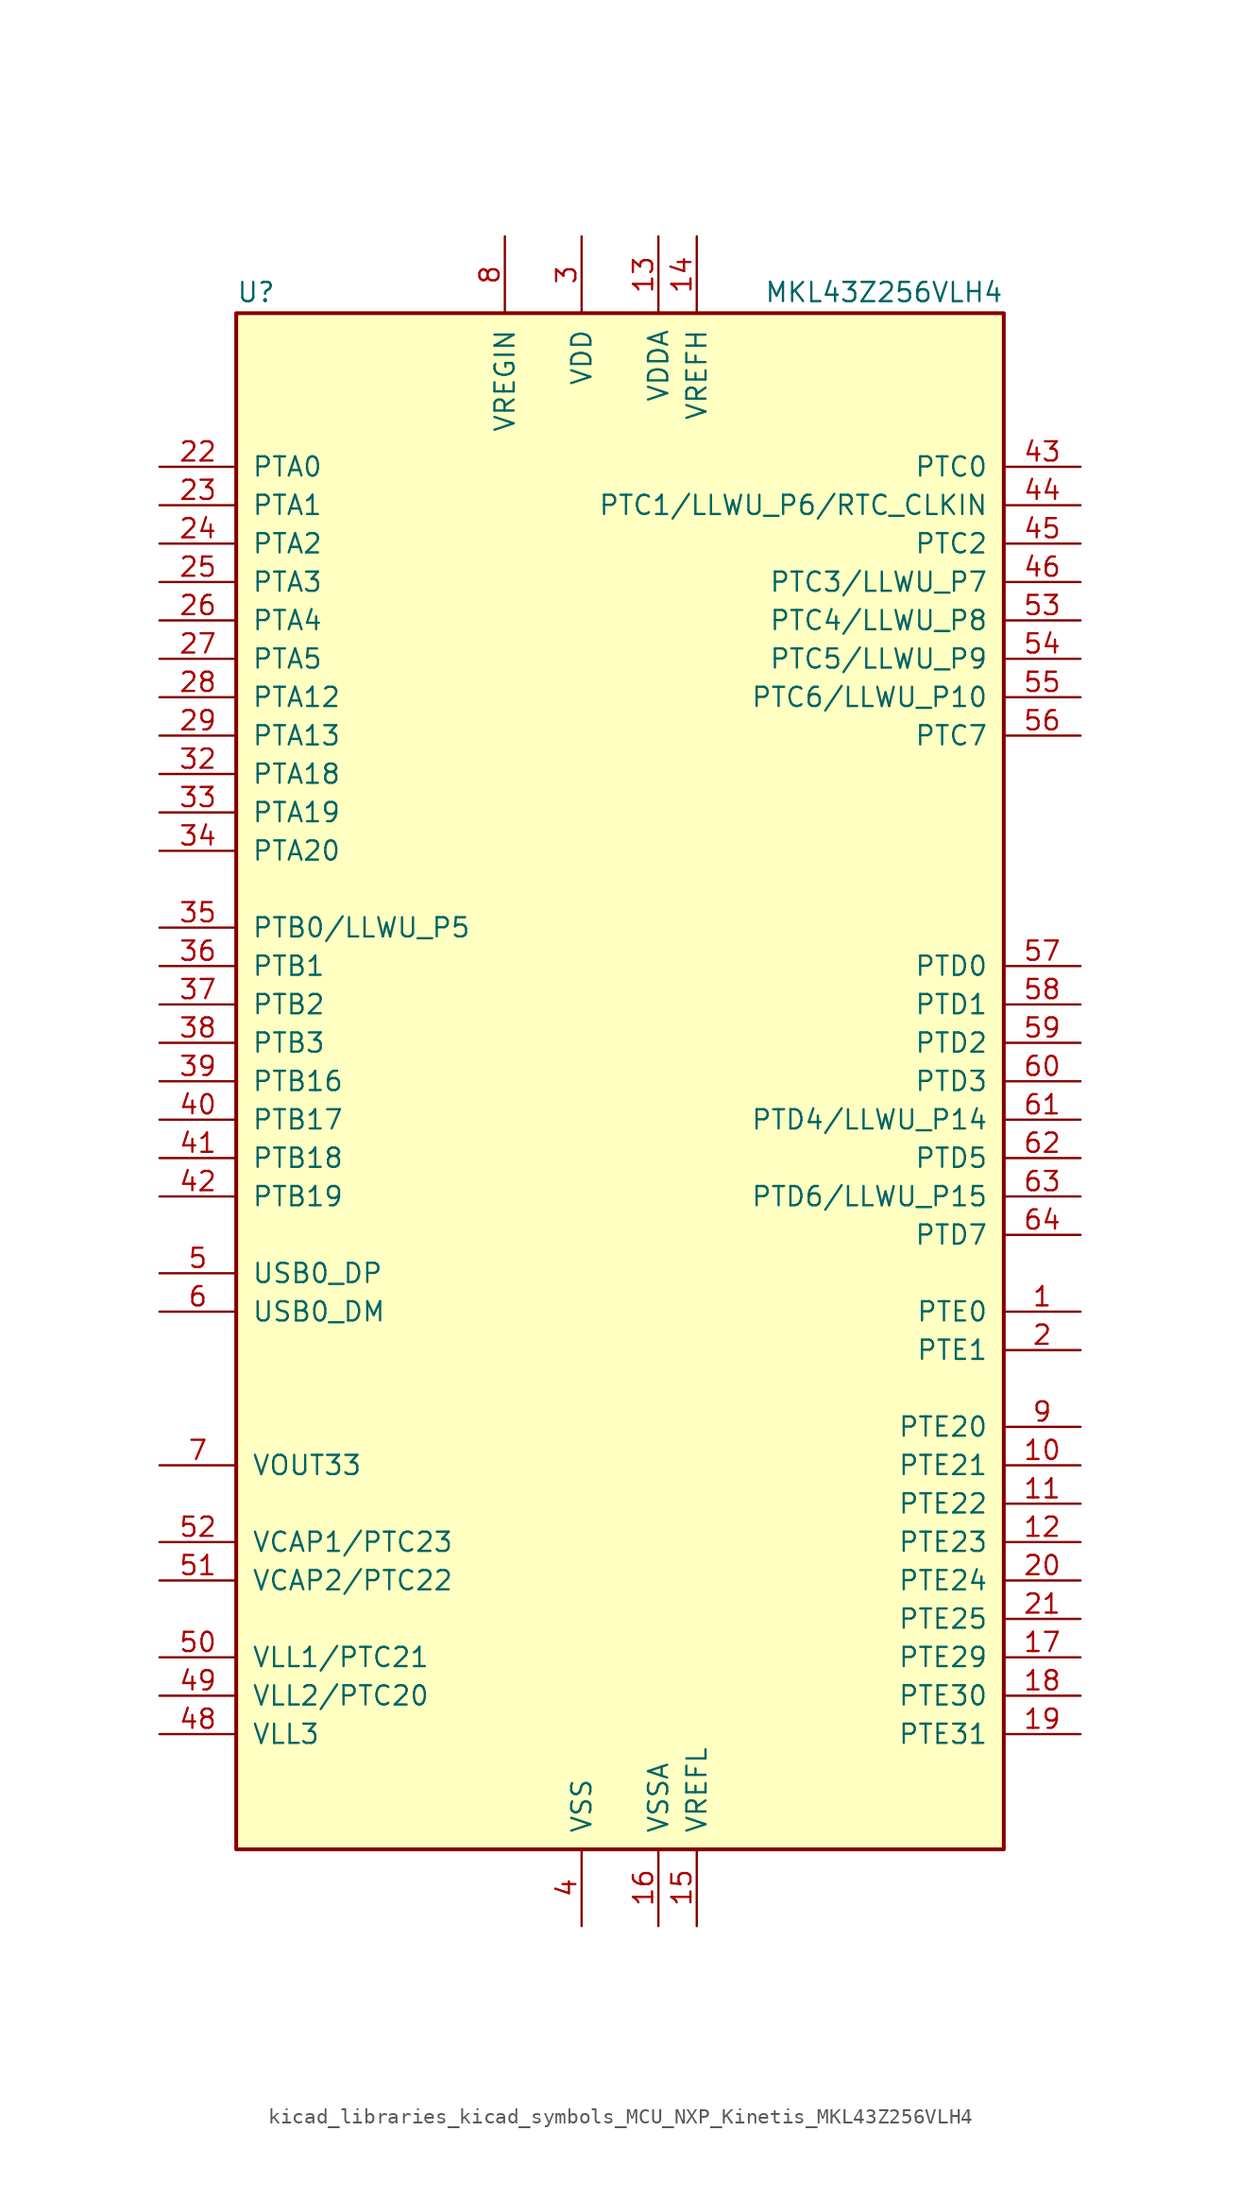
<source format=kicad_sym>
(kicad_symbol_lib
  (version 20220914)
  (generator kicad_symbol_editor)
  (symbol "kicad_libraries_kicad_symbols_MCU_NXP_Kinetis_MKL43Z256VLH4"
    (pin_names
      (offset 1.016))
    (property "Reference" "U"
      (at -25.4 51.435 0)
      (effects (font (size 1.27 1.27)) (justify left bottom)))
    (property "Value" "MKL43Z256VLH4"
      (at 25.4 51.435 0)
      (effects (font (size 1.27 1.27)) (justify right bottom)))
    (symbol "kicad_libraries_kicad_symbols_MCU_NXP_Kinetis_MKL43Z256VLH4_0_1"
      (rectangle (start -25.4 50.8) (end 25.4 -50.8) (stroke (width 0.254) (type default)) (fill (type background))))
    (symbol "kicad_libraries_kicad_symbols_MCU_NXP_Kinetis_MKL43Z256VLH4_1_1"
      (pin bidirectional line (at 30.48 -15.24 180) (length 5.08) (name "PTE0" (effects (font (size 1.27 1.27)))) (number "1" (effects (font (size 1.27 1.27)))))
      (pin bidirectional line (at 30.48 -25.4 180) (length 5.08) (name "PTE21" (effects (font (size 1.27 1.27)))) (number "10" (effects (font (size 1.27 1.27)))))
      (pin bidirectional line (at 30.48 -27.94 180) (length 5.08) (name "PTE22" (effects (font (size 1.27 1.27)))) (number "11" (effects (font (size 1.27 1.27)))))
      (pin bidirectional line (at 30.48 -30.48 180) (length 5.08) (name "PTE23" (effects (font (size 1.27 1.27)))) (number "12" (effects (font (size 1.27 1.27)))))
      (pin power_in line (at 2.54 55.88 270) (length 5.08) (name "VDDA" (effects (font (size 1.27 1.27)))) (number "13" (effects (font (size 1.27 1.27)))))
      (pin power_in line (at 5.08 55.88 270) (length 5.08) (name "VREFH" (effects (font (size 1.27 1.27)))) (number "14" (effects (font (size 1.27 1.27)))))
      (pin power_in line (at 5.08 -55.88 90) (length 5.08) (name "VREFL" (effects (font (size 1.27 1.27)))) (number "15" (effects (font (size 1.27 1.27)))))
      (pin power_in line (at 2.54 -55.88 90) (length 5.08) (name "VSSA" (effects (font (size 1.27 1.27)))) (number "16" (effects (font (size 1.27 1.27)))))
      (pin bidirectional line (at 30.48 -38.1 180) (length 5.08) (name "PTE29" (effects (font (size 1.27 1.27)))) (number "17" (effects (font (size 1.27 1.27)))))
      (pin bidirectional line (at 30.48 -40.64 180) (length 5.08) (name "PTE30" (effects (font (size 1.27 1.27)))) (number "18" (effects (font (size 1.27 1.27)))))
      (pin bidirectional line (at 30.48 -43.18 180) (length 5.08) (name "PTE31" (effects (font (size 1.27 1.27)))) (number "19" (effects (font (size 1.27 1.27)))))
      (pin bidirectional line (at 30.48 -17.78 180) (length 5.08) (name "PTE1" (effects (font (size 1.27 1.27)))) (number "2" (effects (font (size 1.27 1.27)))))
      (pin bidirectional line (at 30.48 -33.02 180) (length 5.08) (name "PTE24" (effects (font (size 1.27 1.27)))) (number "20" (effects (font (size 1.27 1.27)))))
      (pin bidirectional line (at 30.48 -35.56 180) (length 5.08) (name "PTE25" (effects (font (size 1.27 1.27)))) (number "21" (effects (font (size 1.27 1.27)))))
      (pin bidirectional line (at -30.48 40.64 0) (length 5.08) (name "PTA0" (effects (font (size 1.27 1.27)))) (number "22" (effects (font (size 1.27 1.27)))))
      (pin bidirectional line (at -30.48 38.1 0) (length 5.08) (name "PTA1" (effects (font (size 1.27 1.27)))) (number "23" (effects (font (size 1.27 1.27)))))
      (pin bidirectional line (at -30.48 35.56 0) (length 5.08) (name "PTA2" (effects (font (size 1.27 1.27)))) (number "24" (effects (font (size 1.27 1.27)))))
      (pin bidirectional line (at -30.48 33.02 0) (length 5.08) (name "PTA3" (effects (font (size 1.27 1.27)))) (number "25" (effects (font (size 1.27 1.27)))))
      (pin bidirectional line (at -30.48 30.48 0) (length 5.08) (name "PTA4" (effects (font (size 1.27 1.27)))) (number "26" (effects (font (size 1.27 1.27)))))
      (pin bidirectional line (at -30.48 27.94 0) (length 5.08) (name "PTA5" (effects (font (size 1.27 1.27)))) (number "27" (effects (font (size 1.27 1.27)))))
      (pin bidirectional line (at -30.48 25.4 0) (length 5.08) (name "PTA12" (effects (font (size 1.27 1.27)))) (number "28" (effects (font (size 1.27 1.27)))))
      (pin bidirectional line (at -30.48 22.86 0) (length 5.08) (name "PTA13" (effects (font (size 1.27 1.27)))) (number "29" (effects (font (size 1.27 1.27)))))
      (pin power_in line (at -2.54 55.88 270) (length 5.08) (name "VDD" (effects (font (size 1.27 1.27)))) (number "3" (effects (font (size 1.27 1.27)))))
      (pin passive line (at -2.54 55.88 270) (length 5.08) hide (name "VDD" (effects (font (size 1.27 1.27)))) (number "30" (effects (font (size 1.27 1.27)))))
      (pin passive line (at -2.54 -55.88 90) (length 5.08) hide (name "VSS" (effects (font (size 1.27 1.27)))) (number "31" (effects (font (size 1.27 1.27)))))
      (pin bidirectional line (at -30.48 20.32 0) (length 5.08) (name "PTA18" (effects (font (size 1.27 1.27)))) (number "32" (effects (font (size 1.27 1.27)))))
      (pin bidirectional line (at -30.48 17.78 0) (length 5.08) (name "PTA19" (effects (font (size 1.27 1.27)))) (number "33" (effects (font (size 1.27 1.27)))))
      (pin bidirectional line (at -30.48 15.24 0) (length 5.08) (name "PTA20" (effects (font (size 1.27 1.27)))) (number "34" (effects (font (size 1.27 1.27)))))
      (pin bidirectional line (at -30.48 10.16 0) (length 5.08) (name "PTB0/LLWU_P5" (effects (font (size 1.27 1.27)))) (number "35" (effects (font (size 1.27 1.27)))))
      (pin bidirectional line (at -30.48 7.62 0) (length 5.08) (name "PTB1" (effects (font (size 1.27 1.27)))) (number "36" (effects (font (size 1.27 1.27)))))
      (pin bidirectional line (at -30.48 5.08 0) (length 5.08) (name "PTB2" (effects (font (size 1.27 1.27)))) (number "37" (effects (font (size 1.27 1.27)))))
      (pin bidirectional line (at -30.48 2.54 0) (length 5.08) (name "PTB3" (effects (font (size 1.27 1.27)))) (number "38" (effects (font (size 1.27 1.27)))))
      (pin bidirectional line (at -30.48 0 0) (length 5.08) (name "PTB16" (effects (font (size 1.27 1.27)))) (number "39" (effects (font (size 1.27 1.27)))))
      (pin power_in line (at -2.54 -55.88 90) (length 5.08) (name "VSS" (effects (font (size 1.27 1.27)))) (number "4" (effects (font (size 1.27 1.27)))))
      (pin bidirectional line (at -30.48 -2.54 0) (length 5.08) (name "PTB17" (effects (font (size 1.27 1.27)))) (number "40" (effects (font (size 1.27 1.27)))))
      (pin bidirectional line (at -30.48 -5.08 0) (length 5.08) (name "PTB18" (effects (font (size 1.27 1.27)))) (number "41" (effects (font (size 1.27 1.27)))))
      (pin bidirectional line (at -30.48 -7.62 0) (length 5.08) (name "PTB19" (effects (font (size 1.27 1.27)))) (number "42" (effects (font (size 1.27 1.27)))))
      (pin bidirectional line (at 30.48 40.64 180) (length 5.08) (name "PTC0" (effects (font (size 1.27 1.27)))) (number "43" (effects (font (size 1.27 1.27)))))
      (pin bidirectional line (at 30.48 38.1 180) (length 5.08) (name "PTC1/LLWU_P6/RTC_CLKIN" (effects (font (size 1.27 1.27)))) (number "44" (effects (font (size 1.27 1.27)))))
      (pin bidirectional line (at 30.48 35.56 180) (length 5.08) (name "PTC2" (effects (font (size 1.27 1.27)))) (number "45" (effects (font (size 1.27 1.27)))))
      (pin bidirectional line (at 30.48 33.02 180) (length 5.08) (name "PTC3/LLWU_P7" (effects (font (size 1.27 1.27)))) (number "46" (effects (font (size 1.27 1.27)))))
      (pin passive line (at -2.54 -55.88 90) (length 5.08) hide (name "VSS" (effects (font (size 1.27 1.27)))) (number "47" (effects (font (size 1.27 1.27)))))
      (pin power_out line (at -30.48 -43.18 0) (length 5.08) (name "VLL3" (effects (font (size 1.27 1.27)))) (number "48" (effects (font (size 1.27 1.27)))))
      (pin power_out line (at -30.48 -40.64 0) (length 5.08) (name "VLL2/PTC20" (effects (font (size 1.27 1.27)))) (number "49" (effects (font (size 1.27 1.27)))))
      (pin bidirectional line (at -30.48 -12.7 0) (length 5.08) (name "USB0_DP" (effects (font (size 1.27 1.27)))) (number "5" (effects (font (size 1.27 1.27)))))
      (pin power_out line (at -30.48 -38.1 0) (length 5.08) (name "VLL1/PTC21" (effects (font (size 1.27 1.27)))) (number "50" (effects (font (size 1.27 1.27)))))
      (pin passive line (at -30.48 -33.02 0) (length 5.08) (name "VCAP2/PTC22" (effects (font (size 1.27 1.27)))) (number "51" (effects (font (size 1.27 1.27)))))
      (pin passive line (at -30.48 -30.48 0) (length 5.08) (name "VCAP1/PTC23" (effects (font (size 1.27 1.27)))) (number "52" (effects (font (size 1.27 1.27)))))
      (pin bidirectional line (at 30.48 30.48 180) (length 5.08) (name "PTC4/LLWU_P8" (effects (font (size 1.27 1.27)))) (number "53" (effects (font (size 1.27 1.27)))))
      (pin bidirectional line (at 30.48 27.94 180) (length 5.08) (name "PTC5/LLWU_P9" (effects (font (size 1.27 1.27)))) (number "54" (effects (font (size 1.27 1.27)))))
      (pin bidirectional line (at 30.48 25.4 180) (length 5.08) (name "PTC6/LLWU_P10" (effects (font (size 1.27 1.27)))) (number "55" (effects (font (size 1.27 1.27)))))
      (pin bidirectional line (at 30.48 22.86 180) (length 5.08) (name "PTC7" (effects (font (size 1.27 1.27)))) (number "56" (effects (font (size 1.27 1.27)))))
      (pin bidirectional line (at 30.48 7.62 180) (length 5.08) (name "PTD0" (effects (font (size 1.27 1.27)))) (number "57" (effects (font (size 1.27 1.27)))))
      (pin bidirectional line (at 30.48 5.08 180) (length 5.08) (name "PTD1" (effects (font (size 1.27 1.27)))) (number "58" (effects (font (size 1.27 1.27)))))
      (pin bidirectional line (at 30.48 2.54 180) (length 5.08) (name "PTD2" (effects (font (size 1.27 1.27)))) (number "59" (effects (font (size 1.27 1.27)))))
      (pin bidirectional line (at -30.48 -15.24 0) (length 5.08) (name "USB0_DM" (effects (font (size 1.27 1.27)))) (number "6" (effects (font (size 1.27 1.27)))))
      (pin bidirectional line (at 30.48 0 180) (length 5.08) (name "PTD3" (effects (font (size 1.27 1.27)))) (number "60" (effects (font (size 1.27 1.27)))))
      (pin bidirectional line (at 30.48 -2.54 180) (length 5.08) (name "PTD4/LLWU_P14" (effects (font (size 1.27 1.27)))) (number "61" (effects (font (size 1.27 1.27)))))
      (pin bidirectional line (at 30.48 -5.08 180) (length 5.08) (name "PTD5" (effects (font (size 1.27 1.27)))) (number "62" (effects (font (size 1.27 1.27)))))
      (pin bidirectional line (at 30.48 -7.62 180) (length 5.08) (name "PTD6/LLWU_P15" (effects (font (size 1.27 1.27)))) (number "63" (effects (font (size 1.27 1.27)))))
      (pin bidirectional line (at 30.48 -10.16 180) (length 5.08) (name "PTD7" (effects (font (size 1.27 1.27)))) (number "64" (effects (font (size 1.27 1.27)))))
      (pin power_out line (at -30.48 -25.4 0) (length 5.08) (name "VOUT33" (effects (font (size 1.27 1.27)))) (number "7" (effects (font (size 1.27 1.27)))))
      (pin power_in line (at -7.62 55.88 270) (length 5.08) (name "VREGIN" (effects (font (size 1.27 1.27)))) (number "8" (effects (font (size 1.27 1.27)))))
      (pin bidirectional line (at 30.48 -22.86 180) (length 5.08) (name "PTE20" (effects (font (size 1.27 1.27)))) (number "9" (effects (font (size 1.27 1.27))))))))
</source>
